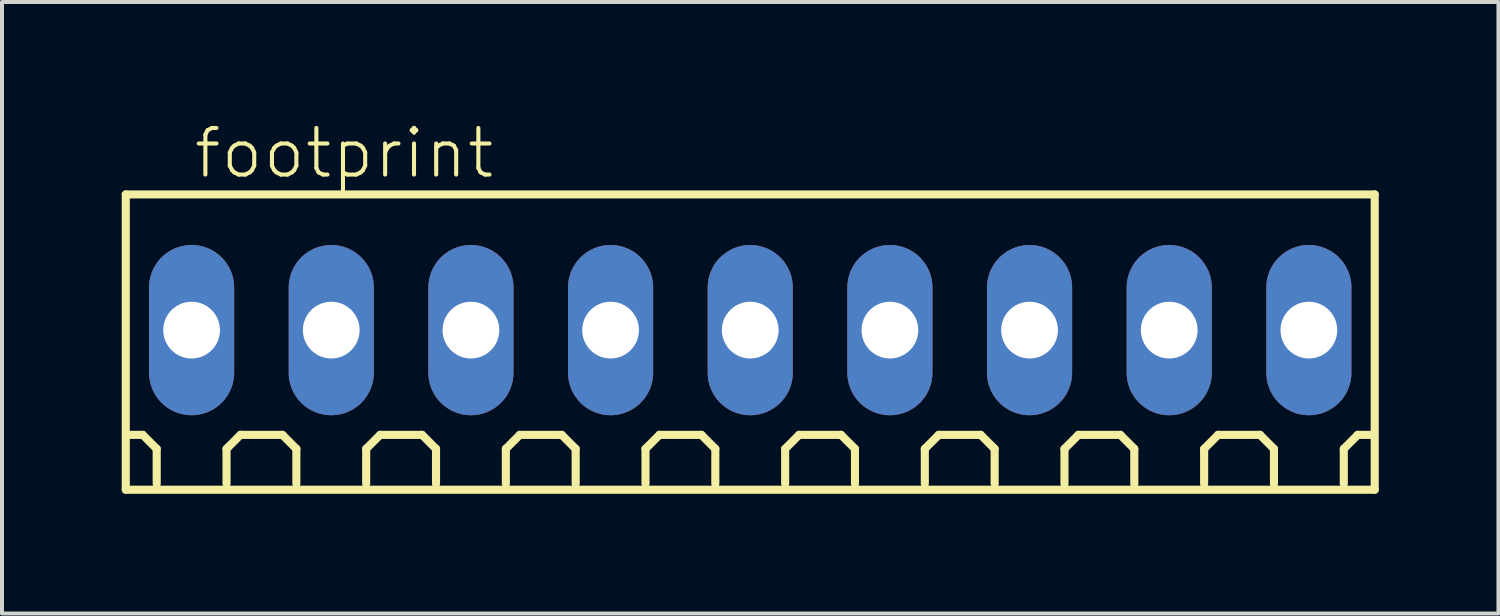
<source format=kicad_pcb>
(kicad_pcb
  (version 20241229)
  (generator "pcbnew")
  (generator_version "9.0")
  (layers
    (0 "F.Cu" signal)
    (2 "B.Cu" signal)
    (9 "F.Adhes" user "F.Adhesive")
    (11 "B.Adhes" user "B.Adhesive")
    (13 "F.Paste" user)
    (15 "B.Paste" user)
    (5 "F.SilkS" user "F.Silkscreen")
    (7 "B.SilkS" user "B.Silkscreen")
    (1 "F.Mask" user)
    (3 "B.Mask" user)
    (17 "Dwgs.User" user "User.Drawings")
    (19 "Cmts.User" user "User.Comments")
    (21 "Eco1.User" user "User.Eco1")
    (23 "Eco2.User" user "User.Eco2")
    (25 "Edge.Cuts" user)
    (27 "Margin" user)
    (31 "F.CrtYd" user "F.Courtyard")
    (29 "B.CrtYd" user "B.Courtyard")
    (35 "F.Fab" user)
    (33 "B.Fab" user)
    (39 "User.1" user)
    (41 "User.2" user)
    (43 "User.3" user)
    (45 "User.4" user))
  (footprint "footprint"
    (layer "F.Cu")
    (at 15.752 5.223)
    (property "Reference" "footprint" (at -14 -3.75 0) (layer "F.SilkS") (effects (font (size 1.168 1.168) (thickness 0.102)) (justify left bottom)))
    (fp_line (start -15.65 -3.4) (end 15.65 -3.4) (stroke (width 0.203) (type solid)) (layer "F.SilkS"))
    (fp_line (start -15.65 4) (end -15.65 -3.4) (stroke (width 0.203) (type solid)) (layer "F.SilkS"))
    (fp_line (start -15.225 2.625) (end -15.575 2.625) (stroke (width 0.203) (type solid)) (layer "F.SilkS"))
    (fp_line (start -14.875 2.975) (end -15.225 2.625) (stroke (width 0.203) (type solid)) (layer "F.SilkS"))
    (fp_line (start -14.875 3.85) (end -14.875 2.975) (stroke (width 0.203) (type solid)) (layer "F.SilkS"))
    (fp_line (start -13.125 2.975) (end -12.775 2.625) (stroke (width 0.203) (type solid)) (layer "F.SilkS"))
    (fp_line (start -13.125 3.85) (end -13.125 2.975) (stroke (width 0.203) (type solid)) (layer "F.SilkS"))
    (fp_line (start -12.775 2.625) (end -11.725 2.625) (stroke (width 0.203) (type solid)) (layer "F.SilkS"))
    (fp_line (start -11.725 2.625) (end -11.375 2.975) (stroke (width 0.203) (type solid)) (layer "F.SilkS"))
    (fp_line (start -11.375 2.975) (end -11.375 3.85) (stroke (width 0.203) (type solid)) (layer "F.SilkS"))
    (fp_line (start -9.625 2.975) (end -9.275 2.625) (stroke (width 0.203) (type solid)) (layer "F.SilkS"))
    (fp_line (start -9.625 3.85) (end -9.625 2.975) (stroke (width 0.203) (type solid)) (layer "F.SilkS"))
    (fp_line (start -9.275 2.625) (end -8.225 2.625) (stroke (width 0.203) (type solid)) (layer "F.SilkS"))
    (fp_line (start -8.225 2.625) (end -7.875 2.975) (stroke (width 0.203) (type solid)) (layer "F.SilkS"))
    (fp_line (start -7.875 2.975) (end -7.875 3.85) (stroke (width 0.203) (type solid)) (layer "F.SilkS"))
    (fp_line (start -6.125 2.975) (end -5.775 2.625) (stroke (width 0.203) (type solid)) (layer "F.SilkS"))
    (fp_line (start -6.125 3.85) (end -6.125 2.975) (stroke (width 0.203) (type solid)) (layer "F.SilkS"))
    (fp_line (start -5.775 2.625) (end -4.725 2.625) (stroke (width 0.203) (type solid)) (layer "F.SilkS"))
    (fp_line (start -4.725 2.625) (end -4.375 2.975) (stroke (width 0.203) (type solid)) (layer "F.SilkS"))
    (fp_line (start -4.375 2.975) (end -4.375 3.85) (stroke (width 0.203) (type solid)) (layer "F.SilkS"))
    (fp_line (start -2.625 2.975) (end -2.275 2.625) (stroke (width 0.203) (type solid)) (layer "F.SilkS"))
    (fp_line (start -2.625 3.85) (end -2.625 2.975) (stroke (width 0.203) (type solid)) (layer "F.SilkS"))
    (fp_line (start -2.275 2.625) (end -1.225 2.625) (stroke (width 0.203) (type solid)) (layer "F.SilkS"))
    (fp_line (start -1.225 2.625) (end -0.875 2.975) (stroke (width 0.203) (type solid)) (layer "F.SilkS"))
    (fp_line (start -0.875 2.975) (end -0.875 3.85) (stroke (width 0.203) (type solid)) (layer "F.SilkS"))
    (fp_line (start 0.875 2.975) (end 1.225 2.625) (stroke (width 0.203) (type solid)) (layer "F.SilkS"))
    (fp_line (start 0.875 3.85) (end 0.875 2.975) (stroke (width 0.203) (type solid)) (layer "F.SilkS"))
    (fp_line (start 1.225 2.625) (end 2.275 2.625) (stroke (width 0.203) (type solid)) (layer "F.SilkS"))
    (fp_line (start 2.275 2.625) (end 2.625 2.975) (stroke (width 0.203) (type solid)) (layer "F.SilkS"))
    (fp_line (start 2.625 2.975) (end 2.625 3.85) (stroke (width 0.203) (type solid)) (layer "F.SilkS"))
    (fp_line (start 4.375 2.975) (end 4.725 2.625) (stroke (width 0.203) (type solid)) (layer "F.SilkS"))
    (fp_line (start 4.375 3.85) (end 4.375 2.975) (stroke (width 0.203) (type solid)) (layer "F.SilkS"))
    (fp_line (start 4.725 2.625) (end 5.775 2.625) (stroke (width 0.203) (type solid)) (layer "F.SilkS"))
    (fp_line (start 5.775 2.625) (end 6.125 2.975) (stroke (width 0.203) (type solid)) (layer "F.SilkS"))
    (fp_line (start 6.125 2.975) (end 6.125 3.85) (stroke (width 0.203) (type solid)) (layer "F.SilkS"))
    (fp_line (start 7.875 2.975) (end 8.225 2.625) (stroke (width 0.203) (type solid)) (layer "F.SilkS"))
    (fp_line (start 7.875 3.85) (end 7.875 2.975) (stroke (width 0.203) (type solid)) (layer "F.SilkS"))
    (fp_line (start 8.225 2.625) (end 9.275 2.625) (stroke (width 0.203) (type solid)) (layer "F.SilkS"))
    (fp_line (start 9.275 2.625) (end 9.625 2.975) (stroke (width 0.203) (type solid)) (layer "F.SilkS"))
    (fp_line (start 9.625 2.975) (end 9.625 3.85) (stroke (width 0.203) (type solid)) (layer "F.SilkS"))
    (fp_line (start 11.375 2.975) (end 11.725 2.625) (stroke (width 0.203) (type solid)) (layer "F.SilkS"))
    (fp_line (start 11.375 3.85) (end 11.375 2.975) (stroke (width 0.203) (type solid)) (layer "F.SilkS"))
    (fp_line (start 11.725 2.625) (end 12.775 2.625) (stroke (width 0.203) (type solid)) (layer "F.SilkS"))
    (fp_line (start 12.775 2.625) (end 13.125 2.975) (stroke (width 0.203) (type solid)) (layer "F.SilkS"))
    (fp_line (start 13.125 2.975) (end 13.125 3.85) (stroke (width 0.203) (type solid)) (layer "F.SilkS"))
    (fp_line (start 14.875 2.975) (end 15.225 2.625) (stroke (width 0.203) (type solid)) (layer "F.SilkS"))
    (fp_line (start 14.875 3.85) (end 14.875 2.975) (stroke (width 0.203) (type solid)) (layer "F.SilkS"))
    (fp_line (start 15.575 2.625) (end 15.225 2.625) (stroke (width 0.203) (type solid)) (layer "F.SilkS"))
    (fp_line (start 15.65 -3.4) (end 15.65 4) (stroke (width 0.203) (type solid)) (layer "F.SilkS"))
    (fp_line (start 15.65 4) (end -15.65 4) (stroke (width 0.203) (type solid)) (layer "F.SilkS"))
    (pad "1" thru_hole oval (at -14 0 90) (size 4.267 2.134) (drill 1.422) (layers "*.Cu" "*.Mask"))
    (pad "2" thru_hole oval (at -10.5 0 90) (size 4.267 2.134) (drill 1.422) (layers "*.Cu" "*.Mask"))
    (pad "3" thru_hole oval (at -7 0 90) (size 4.267 2.134) (drill 1.422) (layers "*.Cu" "*.Mask"))
    (pad "4" thru_hole oval (at -3.5 0 90) (size 4.267 2.134) (drill 1.422) (layers "*.Cu" "*.Mask"))
    (pad "5" thru_hole oval (at 0 0 90) (size 4.267 2.134) (drill 1.422) (layers "*.Cu" "*.Mask"))
    (pad "6" thru_hole oval (at 3.5 0 90) (size 4.267 2.134) (drill 1.422) (layers "*.Cu" "*.Mask"))
    (pad "7" thru_hole oval (at 7 0 90) (size 4.267 2.134) (drill 1.422) (layers "*.Cu" "*.Mask"))
    (pad "8" thru_hole oval (at 10.5 0 90) (size 4.267 2.134) (drill 1.422) (layers "*.Cu" "*.Mask"))
    (pad "9" thru_hole oval (at 14 0 90) (size 4.267 2.134) (drill 1.422) (layers "*.Cu" "*.Mask")))
  (gr_rect
    (start -3 -3)
    (end 34.503 12.325)
    (stroke (width 0.1) (type default))
    (fill no)
    (layer "Edge.Cuts")))
</source>
